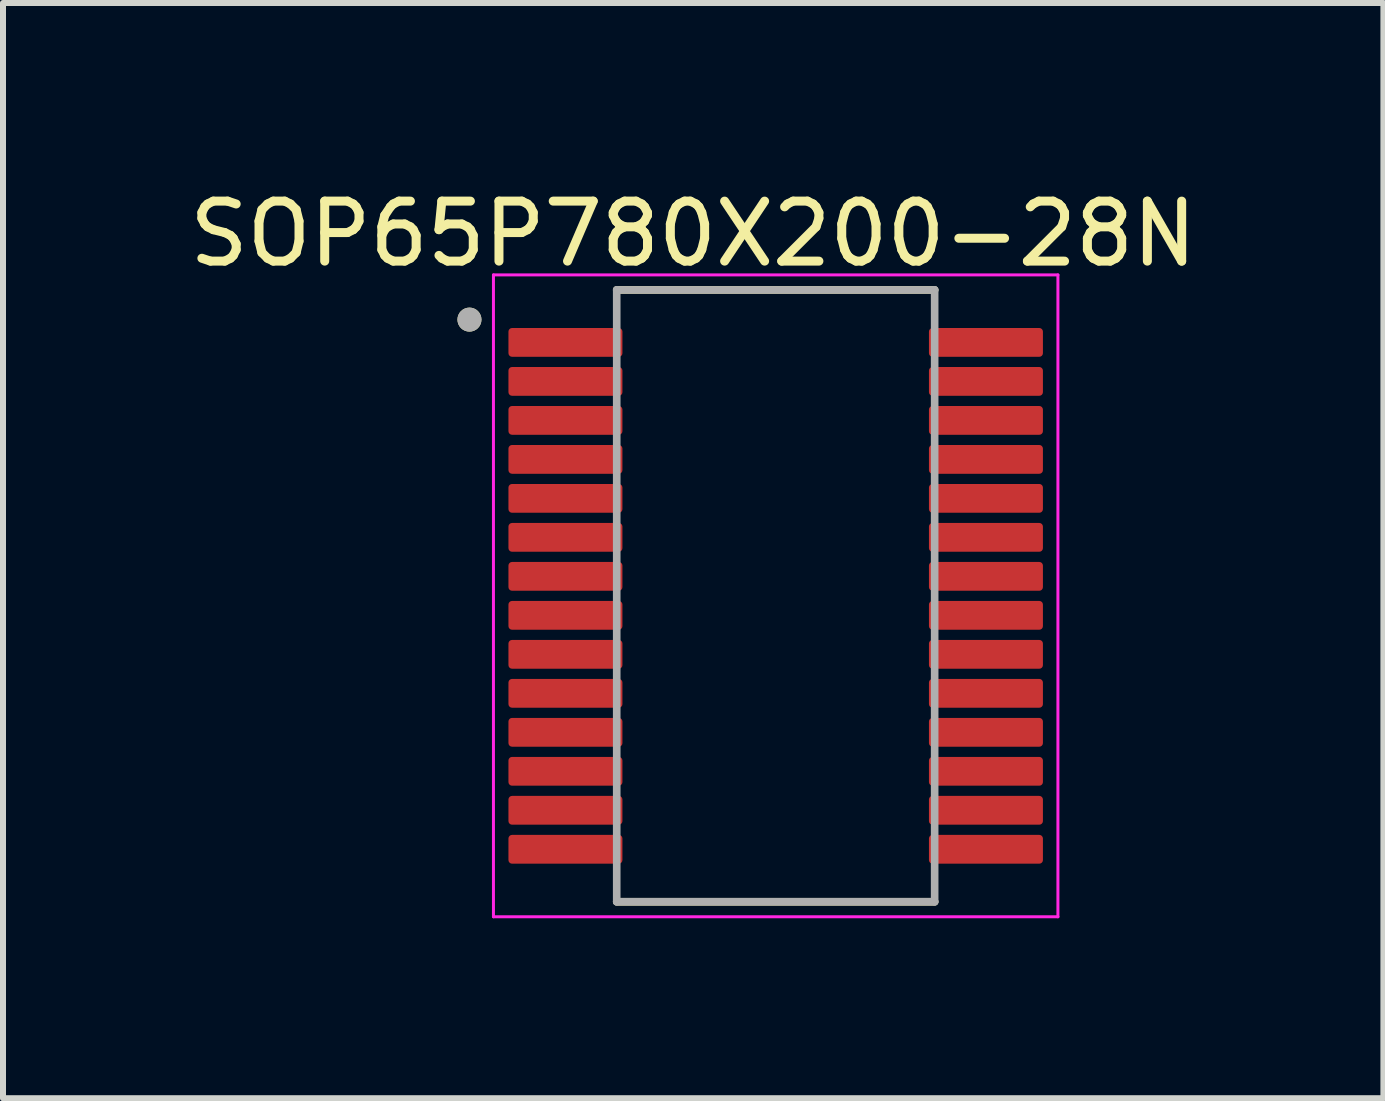
<source format=kicad_pcb>
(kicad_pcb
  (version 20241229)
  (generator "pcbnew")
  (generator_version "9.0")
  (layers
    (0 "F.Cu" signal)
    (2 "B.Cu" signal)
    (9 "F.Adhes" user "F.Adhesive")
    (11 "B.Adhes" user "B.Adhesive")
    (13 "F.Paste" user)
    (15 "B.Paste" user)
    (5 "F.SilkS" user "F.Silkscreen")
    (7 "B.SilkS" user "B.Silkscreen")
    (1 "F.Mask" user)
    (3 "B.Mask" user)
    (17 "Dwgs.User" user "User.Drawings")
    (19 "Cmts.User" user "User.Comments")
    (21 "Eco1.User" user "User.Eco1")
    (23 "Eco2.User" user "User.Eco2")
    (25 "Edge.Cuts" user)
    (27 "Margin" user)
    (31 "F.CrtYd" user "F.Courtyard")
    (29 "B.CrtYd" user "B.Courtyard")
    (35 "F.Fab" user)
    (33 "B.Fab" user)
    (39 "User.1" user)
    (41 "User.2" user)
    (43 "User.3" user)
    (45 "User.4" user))
  (footprint "SOP65P780X200-28N"
    (layer "F.Cu")
    (at 9.881 6.883)
    (property "Reference" "SOP65P780X200-28N" (at -1.375 -6.035 0) (layer "F.SilkS") (effects (font (size 1 1) (thickness 0.15))))
    (attr smd)
    (fp_line (start -2.65 -5.1) (end 2.65 -5.1) (stroke (width 0.127) (type solid)) (layer "F.SilkS"))
    (fp_line (start -2.65 5.1) (end 2.65 5.1) (stroke (width 0.127) (type solid)) (layer "F.SilkS"))
    (fp_circle (center -5.105 -4.605) (end -5.005 -4.605) (stroke (width 0.2) (type solid)) (fill no) (layer "F.SilkS"))
    (fp_line (start -4.705 -5.35) (end -4.705 5.35) (stroke (width 0.05) (type solid)) (layer "F.CrtYd"))
    (fp_line (start -4.705 -5.35) (end 4.705 -5.35) (stroke (width 0.05) (type solid)) (layer "F.CrtYd"))
    (fp_line (start -4.705 5.35) (end 4.705 5.35) (stroke (width 0.05) (type solid)) (layer "F.CrtYd"))
    (fp_line (start 4.705 -5.35) (end 4.705 5.35) (stroke (width 0.05) (type solid)) (layer "F.CrtYd"))
    (fp_line (start -2.65 -5.1) (end -2.65 5.1) (stroke (width 0.127) (type solid)) (layer "F.Fab"))
    (fp_line (start -2.65 -5.1) (end 2.65 -5.1) (stroke (width 0.127) (type solid)) (layer "F.Fab"))
    (fp_line (start -2.65 5.1) (end 2.65 5.1) (stroke (width 0.127) (type solid)) (layer "F.Fab"))
    (fp_line (start 2.65 -5.1) (end 2.65 5.1) (stroke (width 0.127) (type solid)) (layer "F.Fab"))
    (fp_circle (center -5.105 -4.605) (end -5.005 -4.605) (stroke (width 0.2) (type solid)) (fill no) (layer "F.Fab"))
    (pad "1" smd roundrect (at -3.505 -4.225) (size 1.9 0.48) (layers "F.Cu" "F.Mask" "F.Paste") (roundrect_rratio 0.125))
    (pad "2" smd roundrect (at -3.505 -3.575) (size 1.9 0.48) (layers "F.Cu" "F.Mask" "F.Paste") (roundrect_rratio 0.125))
    (pad "3" smd roundrect (at -3.505 -2.925) (size 1.9 0.48) (layers "F.Cu" "F.Mask" "F.Paste") (roundrect_rratio 0.125))
    (pad "4" smd roundrect (at -3.505 -2.275) (size 1.9 0.48) (layers "F.Cu" "F.Mask" "F.Paste") (roundrect_rratio 0.125))
    (pad "5" smd roundrect (at -3.505 -1.625) (size 1.9 0.48) (layers "F.Cu" "F.Mask" "F.Paste") (roundrect_rratio 0.125))
    (pad "6" smd roundrect (at -3.505 -0.975) (size 1.9 0.48) (layers "F.Cu" "F.Mask" "F.Paste") (roundrect_rratio 0.125))
    (pad "7" smd roundrect (at -3.505 -0.325) (size 1.9 0.48) (layers "F.Cu" "F.Mask" "F.Paste") (roundrect_rratio 0.125))
    (pad "8" smd roundrect (at -3.505 0.325) (size 1.9 0.48) (layers "F.Cu" "F.Mask" "F.Paste") (roundrect_rratio 0.125))
    (pad "9" smd roundrect (at -3.505 0.975) (size 1.9 0.48) (layers "F.Cu" "F.Mask" "F.Paste") (roundrect_rratio 0.125))
    (pad "10" smd roundrect (at -3.505 1.625) (size 1.9 0.48) (layers "F.Cu" "F.Mask" "F.Paste") (roundrect_rratio 0.125))
    (pad "11" smd roundrect (at -3.505 2.275) (size 1.9 0.48) (layers "F.Cu" "F.Mask" "F.Paste") (roundrect_rratio 0.125))
    (pad "12" smd roundrect (at -3.505 2.925) (size 1.9 0.48) (layers "F.Cu" "F.Mask" "F.Paste") (roundrect_rratio 0.125))
    (pad "13" smd roundrect (at -3.505 3.575) (size 1.9 0.48) (layers "F.Cu" "F.Mask" "F.Paste") (roundrect_rratio 0.125))
    (pad "14" smd roundrect (at -3.505 4.225) (size 1.9 0.48) (layers "F.Cu" "F.Mask" "F.Paste") (roundrect_rratio 0.125))
    (pad "15" smd roundrect (at 3.505 4.225) (size 1.9 0.48) (layers "F.Cu" "F.Mask" "F.Paste") (roundrect_rratio 0.125))
    (pad "16" smd roundrect (at 3.505 3.575) (size 1.9 0.48) (layers "F.Cu" "F.Mask" "F.Paste") (roundrect_rratio 0.125))
    (pad "17" smd roundrect (at 3.505 2.925) (size 1.9 0.48) (layers "F.Cu" "F.Mask" "F.Paste") (roundrect_rratio 0.125))
    (pad "18" smd roundrect (at 3.505 2.275) (size 1.9 0.48) (layers "F.Cu" "F.Mask" "F.Paste") (roundrect_rratio 0.125))
    (pad "19" smd roundrect (at 3.505 1.625) (size 1.9 0.48) (layers "F.Cu" "F.Mask" "F.Paste") (roundrect_rratio 0.125))
    (pad "20" smd roundrect (at 3.505 0.975) (size 1.9 0.48) (layers "F.Cu" "F.Mask" "F.Paste") (roundrect_rratio 0.125))
    (pad "21" smd roundrect (at 3.505 0.325) (size 1.9 0.48) (layers "F.Cu" "F.Mask" "F.Paste") (roundrect_rratio 0.125))
    (pad "22" smd roundrect (at 3.505 -0.325) (size 1.9 0.48) (layers "F.Cu" "F.Mask" "F.Paste") (roundrect_rratio 0.125))
    (pad "23" smd roundrect (at 3.505 -0.975) (size 1.9 0.48) (layers "F.Cu" "F.Mask" "F.Paste") (roundrect_rratio 0.125))
    (pad "24" smd roundrect (at 3.505 -1.625) (size 1.9 0.48) (layers "F.Cu" "F.Mask" "F.Paste") (roundrect_rratio 0.125))
    (pad "25" smd roundrect (at 3.505 -2.275) (size 1.9 0.48) (layers "F.Cu" "F.Mask" "F.Paste") (roundrect_rratio 0.125))
    (pad "26" smd roundrect (at 3.505 -2.925) (size 1.9 0.48) (layers "F.Cu" "F.Mask" "F.Paste") (roundrect_rratio 0.125))
    (pad "27" smd roundrect (at 3.505 -3.575) (size 1.9 0.48) (layers "F.Cu" "F.Mask" "F.Paste") (roundrect_rratio 0.125))
    (pad "28" smd roundrect (at 3.505 -4.225) (size 1.9 0.48) (layers "F.Cu" "F.Mask" "F.Paste") (roundrect_rratio 0.125)))
  (gr_rect
    (start -3 -3)
    (end 20.012 15.258)
    (stroke (width 0.1) (type default))
    (fill no)
    (layer "Edge.Cuts")))
</source>
